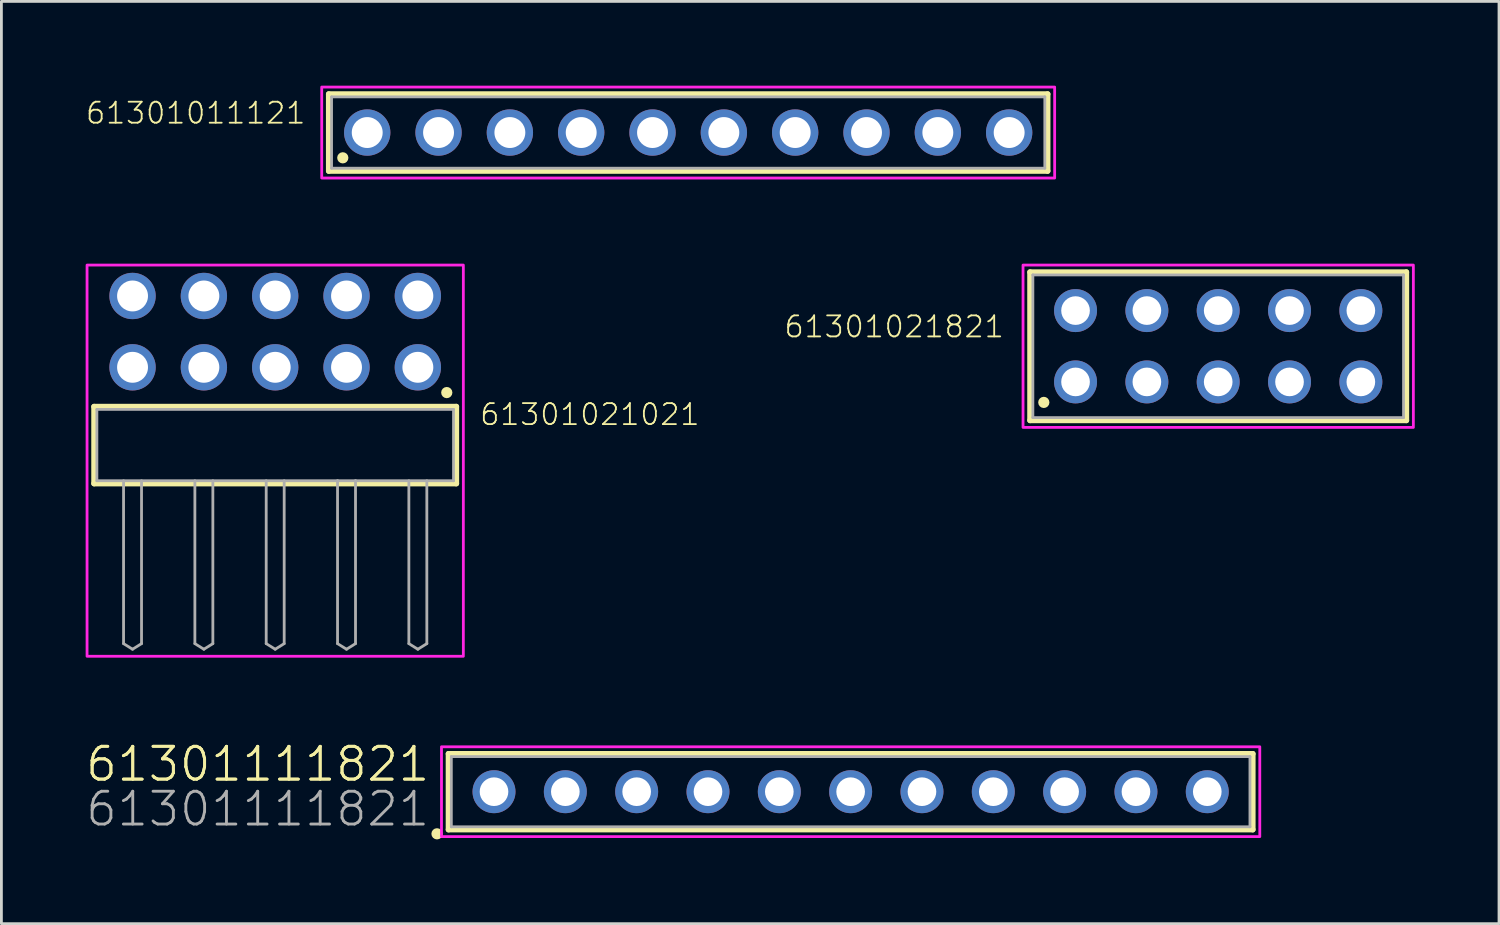
<source format=kicad_pcb>
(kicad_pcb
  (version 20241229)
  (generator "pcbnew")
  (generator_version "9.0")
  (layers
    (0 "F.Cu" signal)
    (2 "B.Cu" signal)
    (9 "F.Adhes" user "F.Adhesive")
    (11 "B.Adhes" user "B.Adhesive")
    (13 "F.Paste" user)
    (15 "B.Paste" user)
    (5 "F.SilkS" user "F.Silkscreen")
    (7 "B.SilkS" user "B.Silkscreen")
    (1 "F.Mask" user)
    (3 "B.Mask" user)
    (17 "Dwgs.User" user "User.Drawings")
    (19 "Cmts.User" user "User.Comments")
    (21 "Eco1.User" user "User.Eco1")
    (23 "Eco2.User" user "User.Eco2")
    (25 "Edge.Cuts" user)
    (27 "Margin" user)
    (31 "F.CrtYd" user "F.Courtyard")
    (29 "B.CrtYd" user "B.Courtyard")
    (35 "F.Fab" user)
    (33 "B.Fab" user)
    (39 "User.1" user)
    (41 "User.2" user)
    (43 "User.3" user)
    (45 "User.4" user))
  (footprint "61301011121"
    (layer "F.Cu")
    (at 21.457 1.67)
    (property "Reference" "61301011121" (at -13.578 -0.256 0) (unlocked yes) (layer "F.SilkS") (effects (font (size 0.748 0.748) (thickness 0.065)) (justify right bottom)))
    (fp_line (start -12.8 -1.37) (end 12.8 -1.37) (stroke (width 0.2) (type solid)) (layer "F.SilkS"))
    (fp_line (start -12.8 1.37) (end -12.8 -1.37) (stroke (width 0.2) (type solid)) (layer "F.SilkS"))
    (fp_line (start 12.8 -1.37) (end 12.8 1.37) (stroke (width 0.2) (type solid)) (layer "F.SilkS"))
    (fp_line (start 12.8 1.37) (end -12.8 1.37) (stroke (width 0.2) (type solid)) (layer "F.SilkS"))
    (fp_circle (center -12.3 0.9) (end -12.2 0.9) (stroke (width 0.2) (type solid)) (fill no) (layer "F.SilkS"))
    (fp_poly (pts (xy 13.05 1.62) (xy -13.05 1.62) (xy -13.05 -1.62) (xy 13.05 -1.62)) (stroke (width 0.1) (type default)) (fill no) (layer "F.CrtYd"))
    (fp_line (start -12.7 -1.27) (end -12.7 1.27) (stroke (width 0.1) (type solid)) (layer "F.Fab"))
    (fp_line (start -12.7 1.27) (end 12.7 1.27) (stroke (width 0.1) (type solid)) (layer "F.Fab"))
    (fp_line (start 12.7 -1.27) (end -12.7 -1.27) (stroke (width 0.1) (type solid)) (layer "F.Fab"))
    (fp_line (start 12.7 1.27) (end 12.7 -1.27) (stroke (width 0.1) (type solid)) (layer "F.Fab"))
    (pad "1" thru_hole circle (at -11.43 0) (size 1.65 1.65) (drill 1.1) (layers "*.Cu" "*.Mask"))
    (pad "2" thru_hole circle (at -8.89 0) (size 1.65 1.65) (drill 1.1) (layers "*.Cu" "*.Mask"))
    (pad "3" thru_hole circle (at -6.35 0) (size 1.65 1.65) (drill 1.1) (layers "*.Cu" "*.Mask"))
    (pad "4" thru_hole circle (at -3.81 0) (size 1.65 1.65) (drill 1.1) (layers "*.Cu" "*.Mask"))
    (pad "5" thru_hole circle (at -1.27 0) (size 1.65 1.65) (drill 1.1) (layers "*.Cu" "*.Mask"))
    (pad "6" thru_hole circle (at 1.27 0) (size 1.65 1.65) (drill 1.1) (layers "*.Cu" "*.Mask"))
    (pad "7" thru_hole circle (at 3.81 0) (size 1.65 1.65) (drill 1.1) (layers "*.Cu" "*.Mask"))
    (pad "8" thru_hole circle (at 6.35 0) (size 1.65 1.65) (drill 1.1) (layers "*.Cu" "*.Mask"))
    (pad "9" thru_hole circle (at 8.89 0) (size 1.65 1.65) (drill 1.1) (layers "*.Cu" "*.Mask"))
    (pad "10" thru_hole circle (at 11.43 0) (size 1.65 1.65) (drill 1.1) (layers "*.Cu" "*.Mask")))
  (footprint "61301021821"
    (layer "F.Cu")
    (at 40.331 9.28)
    (property "Reference" "61301021821" (at -7.578 -0.256 0) (unlocked yes) (layer "F.SilkS") (effects (font (size 0.748 0.748) (thickness 0.065)) (justify right bottom)))
    (fp_line (start -6.7 -2.64) (end 6.7 -2.64) (stroke (width 0.2) (type solid)) (layer "F.SilkS"))
    (fp_line (start -6.7 2.64) (end -6.7 -2.64) (stroke (width 0.2) (type solid)) (layer "F.SilkS"))
    (fp_line (start 6.7 -2.64) (end 6.7 2.64) (stroke (width 0.2) (type solid)) (layer "F.SilkS"))
    (fp_line (start 6.7 2.64) (end -6.7 2.64) (stroke (width 0.2) (type solid)) (layer "F.SilkS"))
    (fp_circle (center -6.21 2) (end -6.11 2) (stroke (width 0.2) (type solid)) (fill no) (layer "F.SilkS"))
    (fp_poly (pts (xy 6.95 2.89) (xy -6.95 2.89) (xy -6.95 -2.89) (xy 6.95 -2.89)) (stroke (width 0.1) (type default)) (fill no) (layer "F.CrtYd"))
    (fp_line (start -6.6 -2.54) (end -6.6 2.54) (stroke (width 0.1) (type solid)) (layer "F.Fab"))
    (fp_line (start -6.6 2.54) (end 6.6 2.54) (stroke (width 0.1) (type solid)) (layer "F.Fab"))
    (fp_line (start 6.6 -2.54) (end -6.6 -2.54) (stroke (width 0.1) (type solid)) (layer "F.Fab"))
    (fp_line (start 6.6 2.54) (end 6.6 -2.54) (stroke (width 0.1) (type solid)) (layer "F.Fab"))
    (pad "1" thru_hole circle (at -5.08 1.27) (size 1.53 1.53) (drill 1.02) (layers "*.Cu" "*.Mask"))
    (pad "2" thru_hole circle (at -5.08 -1.27) (size 1.53 1.53) (drill 1.02) (layers "*.Cu" "*.Mask"))
    (pad "3" thru_hole circle (at -2.54 1.27) (size 1.53 1.53) (drill 1.02) (layers "*.Cu" "*.Mask"))
    (pad "4" thru_hole circle (at -2.54 -1.27) (size 1.53 1.53) (drill 1.02) (layers "*.Cu" "*.Mask"))
    (pad "5" thru_hole circle (at 0 1.27) (size 1.53 1.53) (drill 1.02) (layers "*.Cu" "*.Mask"))
    (pad "6" thru_hole circle (at 0 -1.27) (size 1.53 1.53) (drill 1.02) (layers "*.Cu" "*.Mask"))
    (pad "7" thru_hole circle (at 2.54 1.27) (size 1.53 1.53) (drill 1.02) (layers "*.Cu" "*.Mask"))
    (pad "8" thru_hole circle (at 2.54 -1.27) (size 1.53 1.53) (drill 1.02) (layers "*.Cu" "*.Mask"))
    (pad "9" thru_hole circle (at 5.08 1.27) (size 1.53 1.53) (drill 1.02) (layers "*.Cu" "*.Mask"))
    (pad "10" thru_hole circle (at 5.08 -1.27) (size 1.53 1.53) (drill 1.02) (layers "*.Cu" "*.Mask")))
  (footprint "61301021021"
    (layer "F.Cu")
    (at 6.75 12.8)
    (property "Reference" "61301021021" (at 7.245 -0.652 0) (unlocked yes) (layer "F.SilkS") (effects (font (size 0.748 0.748) (thickness 0.065)) (justify left bottom)))
    (fp_line (start -6.45 -1.37) (end 6.45 -1.37) (stroke (width 0.2) (type solid)) (layer "F.SilkS"))
    (fp_line (start -6.45 1.37) (end -6.45 -1.37) (stroke (width 0.2) (type solid)) (layer "F.SilkS"))
    (fp_line (start 6.45 -1.37) (end 6.45 1.37) (stroke (width 0.2) (type solid)) (layer "F.SilkS"))
    (fp_line (start 6.45 1.37) (end -6.45 1.37) (stroke (width 0.2) (type solid)) (layer "F.SilkS"))
    (fp_circle (center 6.11 -1.87) (end 6.21 -1.87) (stroke (width 0.2) (type solid)) (fill no) (layer "F.SilkS"))
    (fp_poly (pts (xy 6.7 7.52) (xy -6.7 7.52) (xy -6.7 -6.41) (xy 6.7 -6.41)) (stroke (width 0.1) (type default)) (fill no) (layer "F.CrtYd"))
    (fp_line (start -6.35 -1.27) (end 6.35 -1.27) (stroke (width 0.1) (type solid)) (layer "F.Fab"))
    (fp_line (start -6.35 1.27) (end -6.35 -1.27) (stroke (width 0.1) (type solid)) (layer "F.Fab"))
    (fp_line (start -5.4 1.27) (end -5.4 7.07) (stroke (width 0.1) (type solid)) (layer "F.Fab"))
    (fp_line (start -5.4 7.07) (end -5.08 7.27) (stroke (width 0.1) (type solid)) (layer "F.Fab"))
    (fp_line (start -5.08 7.27) (end -4.76 7.07) (stroke (width 0.1) (type solid)) (layer "F.Fab"))
    (fp_line (start -4.76 1.27) (end -4.76 7.07) (stroke (width 0.1) (type solid)) (layer "F.Fab"))
    (fp_line (start -2.86 1.27) (end -2.86 7.07) (stroke (width 0.1) (type solid)) (layer "F.Fab"))
    (fp_line (start -2.86 7.07) (end -2.54 7.27) (stroke (width 0.1) (type solid)) (layer "F.Fab"))
    (fp_line (start -2.54 7.27) (end -2.22 7.07) (stroke (width 0.1) (type solid)) (layer "F.Fab"))
    (fp_line (start -2.22 1.27) (end -2.22 7.07) (stroke (width 0.1) (type solid)) (layer "F.Fab"))
    (fp_line (start -0.32 1.27) (end -0.32 7.07) (stroke (width 0.1) (type solid)) (layer "F.Fab"))
    (fp_line (start -0.32 7.07) (end 0 7.27) (stroke (width 0.1) (type solid)) (layer "F.Fab"))
    (fp_line (start 0 7.27) (end 0.32 7.07) (stroke (width 0.1) (type solid)) (layer "F.Fab"))
    (fp_line (start 0.32 1.27) (end 0.32 7.07) (stroke (width 0.1) (type solid)) (layer "F.Fab"))
    (fp_line (start 2.22 1.27) (end -6.35 1.27) (stroke (width 0.1) (type solid)) (layer "F.Fab"))
    (fp_line (start 2.22 1.27) (end 2.22 7.07) (stroke (width 0.1) (type solid)) (layer "F.Fab"))
    (fp_line (start 2.22 7.07) (end 2.54 7.27) (stroke (width 0.1) (type solid)) (layer "F.Fab"))
    (fp_line (start 2.54 7.27) (end 2.86 7.07) (stroke (width 0.1) (type solid)) (layer "F.Fab"))
    (fp_line (start 2.86 1.27) (end 2.22 1.27) (stroke (width 0.1) (type solid)) (layer "F.Fab"))
    (fp_line (start 2.86 1.27) (end 2.86 7.07) (stroke (width 0.1) (type solid)) (layer "F.Fab"))
    (fp_line (start 4.76 1.27) (end 4.76 7.07) (stroke (width 0.1) (type solid)) (layer "F.Fab"))
    (fp_line (start 4.76 7.07) (end 5.08 7.27) (stroke (width 0.1) (type solid)) (layer "F.Fab"))
    (fp_line (start 5.08 7.27) (end 5.4 7.07) (stroke (width 0.1) (type solid)) (layer "F.Fab"))
    (fp_line (start 5.4 1.27) (end 5.4 7.07) (stroke (width 0.1) (type solid)) (layer "F.Fab"))
    (fp_line (start 6.35 -1.27) (end 6.35 1.27) (stroke (width 0.1) (type solid)) (layer "F.Fab"))
    (fp_line (start 6.35 1.27) (end 2.86 1.27) (stroke (width 0.1) (type solid)) (layer "F.Fab"))
    (pad "1" thru_hole circle (at 5.08 -2.77) (size 1.65 1.65) (drill 1.1) (layers "*.Cu" "*.Mask"))
    (pad "2" thru_hole circle (at 5.08 -5.31) (size 1.65 1.65) (drill 1.1) (layers "*.Cu" "*.Mask"))
    (pad "3" thru_hole circle (at 2.54 -2.77) (size 1.65 1.65) (drill 1.1) (layers "*.Cu" "*.Mask"))
    (pad "4" thru_hole circle (at 2.54 -5.31) (size 1.65 1.65) (drill 1.1) (layers "*.Cu" "*.Mask"))
    (pad "5" thru_hole circle (at 0 -2.77) (size 1.65 1.65) (drill 1.1) (layers "*.Cu" "*.Mask"))
    (pad "6" thru_hole circle (at 0 -5.31) (size 1.65 1.65) (drill 1.1) (layers "*.Cu" "*.Mask"))
    (pad "7" thru_hole circle (at -2.54 -2.77) (size 1.65 1.65) (drill 1.1) (layers "*.Cu" "*.Mask"))
    (pad "8" thru_hole circle (at -2.54 -5.31) (size 1.65 1.65) (drill 1.1) (layers "*.Cu" "*.Mask"))
    (pad "9" thru_hole circle (at -5.08 -2.77) (size 1.65 1.65) (drill 1.1) (layers "*.Cu" "*.Mask"))
    (pad "10" thru_hole circle (at -5.08 -5.31) (size 1.65 1.65) (drill 1.1) (layers "*.Cu" "*.Mask")))
  (footprint "61301111821"
    (layer "F.Cu")
    (at 27.242 25.143)
    (property "Reference" "61301111821" (at -14.93 -0.3 0) (unlocked yes) (layer "F.SilkS") (effects (font (size 1.168 1.168) (thickness 0.102)) (justify right bottom)))
    (property "Value" "61301111821" (at -14.93 1.3 0) (unlocked yes) (layer "F.Fab") (hide yes) (effects (font (size 1.168 1.168) (thickness 0.102)) (justify right bottom)))
    (fp_line (start -14.32 -1.35) (end 14.32 -1.35) (stroke (width 0.2) (type solid)) (layer "F.SilkS"))
    (fp_line (start -14.32 1.35) (end -14.32 -1.35) (stroke (width 0.2) (type solid)) (layer "F.SilkS"))
    (fp_line (start 14.32 -1.35) (end 14.32 1.35) (stroke (width 0.2) (type solid)) (layer "F.SilkS"))
    (fp_line (start 14.32 1.35) (end -14.32 1.35) (stroke (width 0.2) (type solid)) (layer "F.SilkS"))
    (fp_circle (center -14.73 1.5) (end -14.63 1.5) (stroke (width 0.2) (type solid)) (fill no) (layer "F.SilkS"))
    (fp_poly (pts (xy 14.57 1.6) (xy -14.57 1.6) (xy -14.57 -1.6) (xy 14.57 -1.6)) (stroke (width 0.1) (type default)) (fill no) (layer "F.CrtYd"))
    (fp_line (start -14.22 -1.25) (end -14.22 1.25) (stroke (width 0.1) (type solid)) (layer "F.Fab"))
    (fp_line (start -14.22 1.25) (end 14.22 1.25) (stroke (width 0.1) (type solid)) (layer "F.Fab"))
    (fp_line (start 14.22 -1.25) (end -14.22 -1.25) (stroke (width 0.1) (type solid)) (layer "F.Fab"))
    (fp_line (start 14.22 1.25) (end 14.22 -1.25) (stroke (width 0.1) (type solid)) (layer "F.Fab"))
    (fp_text user "${REFERENCE}" (at -14.93 -0.3 0) (unlocked yes) (layer "F.SilkS") (effects (font (size 1.168 1.168) (thickness 0.102)) (justify right bottom)))
    (fp_text user "${VALUE}" (at -14.93 1.3 0) (unlocked yes) (layer "F.Fab") (effects (font (size 1.168 1.168) (thickness 0.102)) (justify right bottom)))
    (pad "1" thru_hole circle (at -12.7 0) (size 1.53 1.53) (drill 1.02) (layers "*.Cu" "*.Mask"))
    (pad "2" thru_hole circle (at -10.16 0) (size 1.53 1.53) (drill 1.02) (layers "*.Cu" "*.Mask"))
    (pad "3" thru_hole circle (at -7.62 0) (size 1.53 1.53) (drill 1.02) (layers "*.Cu" "*.Mask"))
    (pad "4" thru_hole circle (at -5.08 0) (size 1.53 1.53) (drill 1.02) (layers "*.Cu" "*.Mask"))
    (pad "5" thru_hole circle (at -2.54 0) (size 1.53 1.53) (drill 1.02) (layers "*.Cu" "*.Mask"))
    (pad "6" thru_hole circle (at 0 0) (size 1.53 1.53) (drill 1.02) (layers "*.Cu" "*.Mask"))
    (pad "7" thru_hole circle (at 2.54 0) (size 1.53 1.53) (drill 1.02) (layers "*.Cu" "*.Mask"))
    (pad "8" thru_hole circle (at 5.08 0) (size 1.53 1.53) (drill 1.02) (layers "*.Cu" "*.Mask"))
    (pad "9" thru_hole circle (at 7.62 0) (size 1.53 1.53) (drill 1.02) (layers "*.Cu" "*.Mask"))
    (pad "10" thru_hole circle (at 10.16 0) (size 1.53 1.53) (drill 1.02) (layers "*.Cu" "*.Mask"))
    (pad "11" thru_hole circle (at 12.7 0) (size 1.53 1.53) (drill 1.02) (layers "*.Cu" "*.Mask")))
  (gr_rect
    (start -3 -3)
    (end 50.331 29.843)
    (stroke (width 0.1) (type default))
    (fill no)
    (layer "Edge.Cuts")))
</source>
